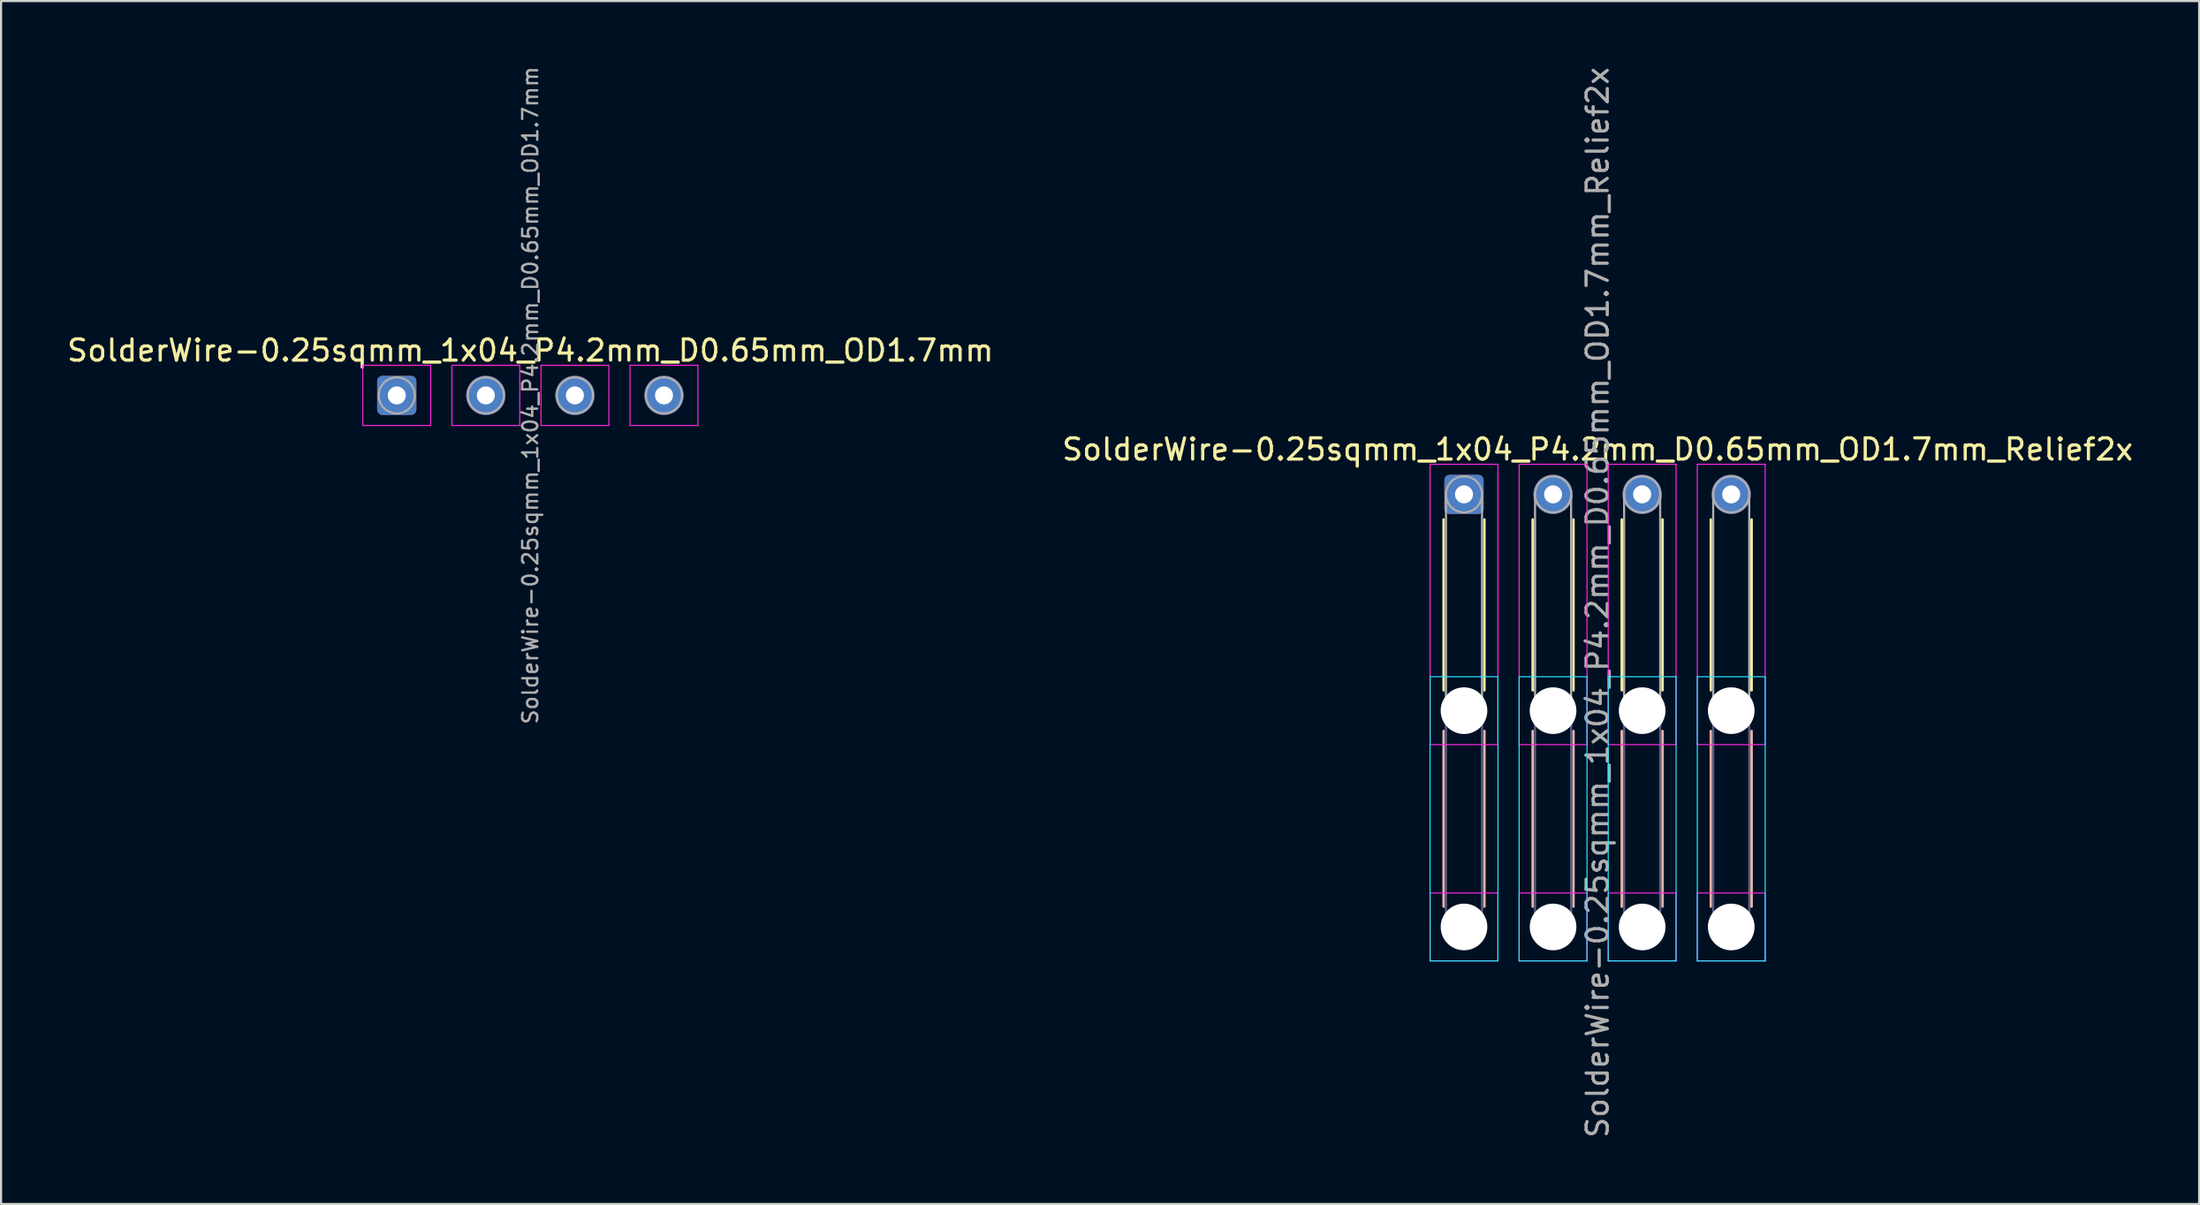
<source format=kicad_pcb>
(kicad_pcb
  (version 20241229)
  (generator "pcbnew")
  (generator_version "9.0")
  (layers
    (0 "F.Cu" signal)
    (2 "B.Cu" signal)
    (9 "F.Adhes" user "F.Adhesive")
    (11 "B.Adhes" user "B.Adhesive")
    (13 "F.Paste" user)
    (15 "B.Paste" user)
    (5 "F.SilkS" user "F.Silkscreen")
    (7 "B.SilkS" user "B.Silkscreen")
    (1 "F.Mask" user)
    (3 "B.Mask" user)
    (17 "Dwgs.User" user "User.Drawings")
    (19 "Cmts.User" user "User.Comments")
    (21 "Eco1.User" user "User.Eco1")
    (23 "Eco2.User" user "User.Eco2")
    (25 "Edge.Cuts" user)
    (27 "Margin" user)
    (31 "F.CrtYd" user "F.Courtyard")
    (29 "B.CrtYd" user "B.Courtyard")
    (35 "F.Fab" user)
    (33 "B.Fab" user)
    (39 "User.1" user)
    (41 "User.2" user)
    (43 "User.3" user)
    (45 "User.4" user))
  (footprint "SolderWire-0.25sqmm_1x04_P4.2mm_D0.65mm_OD1.7mm"
    (layer "F.Cu")
    (at 15.658 15.596)
    (property "Reference" "SolderWire-0.25sqmm_1x04_P4.2mm_D0.65mm_OD1.7mm" (at 6.3 -2.12 0) (layer "F.SilkS") (effects (font (size 1 1) (thickness 0.15))))
    (attr exclude_from_pos_files exclude_from_bom)
    (fp_line (start -1.6 -1.42) (end -1.6 1.42) (stroke (width 0.05) (type solid)) (layer "F.CrtYd"))
    (fp_line (start -1.6 1.42) (end 1.6 1.42) (stroke (width 0.05) (type solid)) (layer "F.CrtYd"))
    (fp_line (start 1.6 -1.42) (end -1.6 -1.42) (stroke (width 0.05) (type solid)) (layer "F.CrtYd"))
    (fp_line (start 1.6 1.42) (end 1.6 -1.42) (stroke (width 0.05) (type solid)) (layer "F.CrtYd"))
    (fp_line (start 2.6 -1.42) (end 2.6 1.42) (stroke (width 0.05) (type solid)) (layer "F.CrtYd"))
    (fp_line (start 2.6 1.42) (end 5.8 1.42) (stroke (width 0.05) (type solid)) (layer "F.CrtYd"))
    (fp_line (start 5.8 -1.42) (end 2.6 -1.42) (stroke (width 0.05) (type solid)) (layer "F.CrtYd"))
    (fp_line (start 5.8 1.42) (end 5.8 -1.42) (stroke (width 0.05) (type solid)) (layer "F.CrtYd"))
    (fp_line (start 6.8 -1.42) (end 6.8 1.42) (stroke (width 0.05) (type solid)) (layer "F.CrtYd"))
    (fp_line (start 6.8 1.42) (end 10 1.42) (stroke (width 0.05) (type solid)) (layer "F.CrtYd"))
    (fp_line (start 10 -1.42) (end 6.8 -1.42) (stroke (width 0.05) (type solid)) (layer "F.CrtYd"))
    (fp_line (start 10 1.42) (end 10 -1.42) (stroke (width 0.05) (type solid)) (layer "F.CrtYd"))
    (fp_line (start 11 -1.42) (end 11 1.42) (stroke (width 0.05) (type solid)) (layer "F.CrtYd"))
    (fp_line (start 11 1.42) (end 14.2 1.42) (stroke (width 0.05) (type solid)) (layer "F.CrtYd"))
    (fp_line (start 14.2 -1.42) (end 11 -1.42) (stroke (width 0.05) (type solid)) (layer "F.CrtYd"))
    (fp_line (start 14.2 1.42) (end 14.2 -1.42) (stroke (width 0.05) (type solid)) (layer "F.CrtYd"))
    (fp_circle (center 0 0) (end 0.85 0) (stroke (width 0.1) (type solid)) (fill no) (layer "F.Fab"))
    (fp_circle (center 4.2 0) (end 5.05 0) (stroke (width 0.1) (type solid)) (fill no) (layer "F.Fab"))
    (fp_circle (center 8.4 0) (end 9.25 0) (stroke (width 0.1) (type solid)) (fill no) (layer "F.Fab"))
    (fp_circle (center 12.6 0) (end 13.45 0) (stroke (width 0.1) (type solid)) (fill no) (layer "F.Fab"))
    (fp_text user "${REFERENCE}" (at 6.3 0 90) (layer "F.Fab") (effects (font (size 0.71 0.71) (thickness 0.11))))
    (pad "1" thru_hole roundrect (at 0 0) (size 1.85 1.85) (drill 0.85) (layers "*.Cu" "*.Mask") (roundrect_rratio 0.135))
    (pad "2" thru_hole circle (at 4.2 0) (size 1.85 1.85) (drill 0.85) (layers "*.Cu" "*.Mask"))
    (pad "3" thru_hole circle (at 8.4 0) (size 1.85 1.85) (drill 0.85) (layers "*.Cu" "*.Mask"))
    (pad "4" thru_hole circle (at 12.6 0) (size 1.85 1.85) (drill 0.85) (layers "*.Cu" "*.Mask")))
  (footprint "SolderWire-0.25sqmm_1x04_P4.2mm_D0.65mm_OD1.7mm_Relief2x"
    (layer "F.Cu")
    (at 65.98 20.263)
    (property "Reference" "SolderWire-0.25sqmm_1x04_P4.2mm_D0.65mm_OD1.7mm_Relief2x" (at 6.3 -2.12 0) (layer "F.SilkS") (effects (font (size 1 1) (thickness 0.15))))
    (attr exclude_from_pos_files exclude_from_bom)
    (fp_line (start -0.96 1.185) (end -0.96 9.24) (stroke (width 0.12) (type solid)) (layer "F.SilkS"))
    (fp_line (start 0.96 1.185) (end 0.96 9.24) (stroke (width 0.12) (type solid)) (layer "F.SilkS"))
    (fp_line (start 3.24 1.185) (end 3.24 9.24) (stroke (width 0.12) (type solid)) (layer "F.SilkS"))
    (fp_line (start 5.16 1.185) (end 5.16 9.24) (stroke (width 0.12) (type solid)) (layer "F.SilkS"))
    (fp_line (start 7.44 1.185) (end 7.44 9.24) (stroke (width 0.12) (type solid)) (layer "F.SilkS"))
    (fp_line (start 9.36 1.185) (end 9.36 9.24) (stroke (width 0.12) (type solid)) (layer "F.SilkS"))
    (fp_line (start 11.64 1.185) (end 11.64 9.24) (stroke (width 0.12) (type solid)) (layer "F.SilkS"))
    (fp_line (start 13.56 1.185) (end 13.56 9.24) (stroke (width 0.12) (type solid)) (layer "F.SilkS"))
    (fp_line (start -0.96 11.16) (end -0.96 19.44) (stroke (width 0.12) (type solid)) (layer "B.SilkS"))
    (fp_line (start 0.96 11.16) (end 0.96 19.44) (stroke (width 0.12) (type solid)) (layer "B.SilkS"))
    (fp_line (start 3.24 11.16) (end 3.24 19.44) (stroke (width 0.12) (type solid)) (layer "B.SilkS"))
    (fp_line (start 5.16 11.16) (end 5.16 19.44) (stroke (width 0.12) (type solid)) (layer "B.SilkS"))
    (fp_line (start 7.44 11.16) (end 7.44 19.44) (stroke (width 0.12) (type solid)) (layer "B.SilkS"))
    (fp_line (start 9.36 11.16) (end 9.36 19.44) (stroke (width 0.12) (type solid)) (layer "B.SilkS"))
    (fp_line (start 11.64 11.16) (end 11.64 19.44) (stroke (width 0.12) (type solid)) (layer "B.SilkS"))
    (fp_line (start 13.56 11.16) (end 13.56 19.44) (stroke (width 0.12) (type solid)) (layer "B.SilkS"))
    (fp_line (start -1.6 8.6) (end -1.6 22) (stroke (width 0.05) (type solid)) (layer "B.CrtYd"))
    (fp_line (start -1.6 22) (end 1.6 22) (stroke (width 0.05) (type solid)) (layer "B.CrtYd"))
    (fp_line (start 1.6 8.6) (end -1.6 8.6) (stroke (width 0.05) (type solid)) (layer "B.CrtYd"))
    (fp_line (start 1.6 22) (end 1.6 8.6) (stroke (width 0.05) (type solid)) (layer "B.CrtYd"))
    (fp_line (start 2.6 8.6) (end 2.6 22) (stroke (width 0.05) (type solid)) (layer "B.CrtYd"))
    (fp_line (start 2.6 22) (end 5.8 22) (stroke (width 0.05) (type solid)) (layer "B.CrtYd"))
    (fp_line (start 5.8 8.6) (end 2.6 8.6) (stroke (width 0.05) (type solid)) (layer "B.CrtYd"))
    (fp_line (start 5.8 22) (end 5.8 8.6) (stroke (width 0.05) (type solid)) (layer "B.CrtYd"))
    (fp_line (start 6.8 8.6) (end 6.8 22) (stroke (width 0.05) (type solid)) (layer "B.CrtYd"))
    (fp_line (start 6.8 22) (end 10 22) (stroke (width 0.05) (type solid)) (layer "B.CrtYd"))
    (fp_line (start 10 8.6) (end 6.8 8.6) (stroke (width 0.05) (type solid)) (layer "B.CrtYd"))
    (fp_line (start 10 22) (end 10 8.6) (stroke (width 0.05) (type solid)) (layer "B.CrtYd"))
    (fp_line (start 11 8.6) (end 11 22) (stroke (width 0.05) (type solid)) (layer "B.CrtYd"))
    (fp_line (start 11 22) (end 14.2 22) (stroke (width 0.05) (type solid)) (layer "B.CrtYd"))
    (fp_line (start 14.2 8.6) (end 11 8.6) (stroke (width 0.05) (type solid)) (layer "B.CrtYd"))
    (fp_line (start 14.2 22) (end 14.2 8.6) (stroke (width 0.05) (type solid)) (layer "B.CrtYd"))
    (fp_line (start -1.6 -1.42) (end -1.6 11.8) (stroke (width 0.05) (type solid)) (layer "F.CrtYd"))
    (fp_line (start -1.6 11.8) (end 1.6 11.8) (stroke (width 0.05) (type solid)) (layer "F.CrtYd"))
    (fp_line (start -1.6 18.8) (end -1.6 22) (stroke (width 0.05) (type solid)) (layer "F.CrtYd"))
    (fp_line (start -1.6 22) (end 1.6 22) (stroke (width 0.05) (type solid)) (layer "F.CrtYd"))
    (fp_line (start 1.6 -1.42) (end -1.6 -1.42) (stroke (width 0.05) (type solid)) (layer "F.CrtYd"))
    (fp_line (start 1.6 11.8) (end 1.6 -1.42) (stroke (width 0.05) (type solid)) (layer "F.CrtYd"))
    (fp_line (start 1.6 18.8) (end -1.6 18.8) (stroke (width 0.05) (type solid)) (layer "F.CrtYd"))
    (fp_line (start 1.6 22) (end 1.6 18.8) (stroke (width 0.05) (type solid)) (layer "F.CrtYd"))
    (fp_line (start 2.6 -1.42) (end 2.6 11.8) (stroke (width 0.05) (type solid)) (layer "F.CrtYd"))
    (fp_line (start 2.6 11.8) (end 5.8 11.8) (stroke (width 0.05) (type solid)) (layer "F.CrtYd"))
    (fp_line (start 2.6 18.8) (end 2.6 22) (stroke (width 0.05) (type solid)) (layer "F.CrtYd"))
    (fp_line (start 2.6 22) (end 5.8 22) (stroke (width 0.05) (type solid)) (layer "F.CrtYd"))
    (fp_line (start 5.8 -1.42) (end 2.6 -1.42) (stroke (width 0.05) (type solid)) (layer "F.CrtYd"))
    (fp_line (start 5.8 11.8) (end 5.8 -1.42) (stroke (width 0.05) (type solid)) (layer "F.CrtYd"))
    (fp_line (start 5.8 18.8) (end 2.6 18.8) (stroke (width 0.05) (type solid)) (layer "F.CrtYd"))
    (fp_line (start 5.8 22) (end 5.8 18.8) (stroke (width 0.05) (type solid)) (layer "F.CrtYd"))
    (fp_line (start 6.8 -1.42) (end 6.8 11.8) (stroke (width 0.05) (type solid)) (layer "F.CrtYd"))
    (fp_line (start 6.8 11.8) (end 10 11.8) (stroke (width 0.05) (type solid)) (layer "F.CrtYd"))
    (fp_line (start 6.8 18.8) (end 6.8 22) (stroke (width 0.05) (type solid)) (layer "F.CrtYd"))
    (fp_line (start 6.8 22) (end 10 22) (stroke (width 0.05) (type solid)) (layer "F.CrtYd"))
    (fp_line (start 10 -1.42) (end 6.8 -1.42) (stroke (width 0.05) (type solid)) (layer "F.CrtYd"))
    (fp_line (start 10 11.8) (end 10 -1.42) (stroke (width 0.05) (type solid)) (layer "F.CrtYd"))
    (fp_line (start 10 18.8) (end 6.8 18.8) (stroke (width 0.05) (type solid)) (layer "F.CrtYd"))
    (fp_line (start 10 22) (end 10 18.8) (stroke (width 0.05) (type solid)) (layer "F.CrtYd"))
    (fp_line (start 11 -1.42) (end 11 11.8) (stroke (width 0.05) (type solid)) (layer "F.CrtYd"))
    (fp_line (start 11 11.8) (end 14.2 11.8) (stroke (width 0.05) (type solid)) (layer "F.CrtYd"))
    (fp_line (start 11 18.8) (end 11 22) (stroke (width 0.05) (type solid)) (layer "F.CrtYd"))
    (fp_line (start 11 22) (end 14.2 22) (stroke (width 0.05) (type solid)) (layer "F.CrtYd"))
    (fp_line (start 14.2 -1.42) (end 11 -1.42) (stroke (width 0.05) (type solid)) (layer "F.CrtYd"))
    (fp_line (start 14.2 11.8) (end 14.2 -1.42) (stroke (width 0.05) (type solid)) (layer "F.CrtYd"))
    (fp_line (start 14.2 18.8) (end 11 18.8) (stroke (width 0.05) (type solid)) (layer "F.CrtYd"))
    (fp_line (start 14.2 22) (end 14.2 18.8) (stroke (width 0.05) (type solid)) (layer "F.CrtYd"))
    (fp_line (start -0.85 10.2) (end -0.85 20.4) (stroke (width 0.1) (type solid)) (layer "B.Fab"))
    (fp_line (start 0.85 10.2) (end 0.85 20.4) (stroke (width 0.1) (type solid)) (layer "B.Fab"))
    (fp_line (start 3.35 10.2) (end 3.35 20.4) (stroke (width 0.1) (type solid)) (layer "B.Fab"))
    (fp_line (start 5.05 10.2) (end 5.05 20.4) (stroke (width 0.1) (type solid)) (layer "B.Fab"))
    (fp_line (start 7.55 10.2) (end 7.55 20.4) (stroke (width 0.1) (type solid)) (layer "B.Fab"))
    (fp_line (start 9.25 10.2) (end 9.25 20.4) (stroke (width 0.1) (type solid)) (layer "B.Fab"))
    (fp_line (start 11.75 10.2) (end 11.75 20.4) (stroke (width 0.1) (type solid)) (layer "B.Fab"))
    (fp_line (start 13.45 10.2) (end 13.45 20.4) (stroke (width 0.1) (type solid)) (layer "B.Fab"))
    (fp_circle (center 0 10.2) (end 0.85 10.2) (stroke (width 0.1) (type solid)) (fill no) (layer "B.Fab"))
    (fp_circle (center 0 20.4) (end 0.85 20.4) (stroke (width 0.1) (type solid)) (fill no) (layer "B.Fab"))
    (fp_circle (center 4.2 10.2) (end 5.05 10.2) (stroke (width 0.1) (type solid)) (fill no) (layer "B.Fab"))
    (fp_circle (center 4.2 20.4) (end 5.05 20.4) (stroke (width 0.1) (type solid)) (fill no) (layer "B.Fab"))
    (fp_circle (center 8.4 10.2) (end 9.25 10.2) (stroke (width 0.1) (type solid)) (fill no) (layer "B.Fab"))
    (fp_circle (center 8.4 20.4) (end 9.25 20.4) (stroke (width 0.1) (type solid)) (fill no) (layer "B.Fab"))
    (fp_circle (center 12.6 10.2) (end 13.45 10.2) (stroke (width 0.1) (type solid)) (fill no) (layer "B.Fab"))
    (fp_circle (center 12.6 20.4) (end 13.45 20.4) (stroke (width 0.1) (type solid)) (fill no) (layer "B.Fab"))
    (fp_line (start -0.85 0) (end -0.85 10.2) (stroke (width 0.1) (type solid)) (layer "F.Fab"))
    (fp_line (start 0.85 0) (end 0.85 10.2) (stroke (width 0.1) (type solid)) (layer "F.Fab"))
    (fp_line (start 3.35 0) (end 3.35 10.2) (stroke (width 0.1) (type solid)) (layer "F.Fab"))
    (fp_line (start 5.05 0) (end 5.05 10.2) (stroke (width 0.1) (type solid)) (layer "F.Fab"))
    (fp_line (start 7.55 0) (end 7.55 10.2) (stroke (width 0.1) (type solid)) (layer "F.Fab"))
    (fp_line (start 9.25 0) (end 9.25 10.2) (stroke (width 0.1) (type solid)) (layer "F.Fab"))
    (fp_line (start 11.75 0) (end 11.75 10.2) (stroke (width 0.1) (type solid)) (layer "F.Fab"))
    (fp_line (start 13.45 0) (end 13.45 10.2) (stroke (width 0.1) (type solid)) (layer "F.Fab"))
    (fp_circle (center 0 0) (end 0.85 0) (stroke (width 0.1) (type solid)) (fill no) (layer "F.Fab"))
    (fp_circle (center 0 10.2) (end 0.85 10.2) (stroke (width 0.1) (type solid)) (fill no) (layer "F.Fab"))
    (fp_circle (center 0 20.4) (end 0.85 20.4) (stroke (width 0.1) (type solid)) (fill no) (layer "F.Fab"))
    (fp_circle (center 4.2 0) (end 5.05 0) (stroke (width 0.1) (type solid)) (fill no) (layer "F.Fab"))
    (fp_circle (center 4.2 10.2) (end 5.05 10.2) (stroke (width 0.1) (type solid)) (fill no) (layer "F.Fab"))
    (fp_circle (center 4.2 20.4) (end 5.05 20.4) (stroke (width 0.1) (type solid)) (fill no) (layer "F.Fab"))
    (fp_circle (center 8.4 0) (end 9.25 0) (stroke (width 0.1) (type solid)) (fill no) (layer "F.Fab"))
    (fp_circle (center 8.4 10.2) (end 9.25 10.2) (stroke (width 0.1) (type solid)) (fill no) (layer "F.Fab"))
    (fp_circle (center 8.4 20.4) (end 9.25 20.4) (stroke (width 0.1) (type solid)) (fill no) (layer "F.Fab"))
    (fp_circle (center 12.6 0) (end 13.45 0) (stroke (width 0.1) (type solid)) (fill no) (layer "F.Fab"))
    (fp_circle (center 12.6 10.2) (end 13.45 10.2) (stroke (width 0.1) (type solid)) (fill no) (layer "F.Fab"))
    (fp_circle (center 12.6 20.4) (end 13.45 20.4) (stroke (width 0.1) (type solid)) (fill no) (layer "F.Fab"))
    (fp_text user "${REFERENCE}" (at 6.3 5.1 90) (layer "F.Fab") (effects (font (size 1 1) (thickness 0.15))))
    (pad "" np_thru_hole circle (at 0 10.2) (size 2.2 2.2) (drill 2.2) (layers "*.Cu" "*.Mask"))
    (pad "" np_thru_hole circle (at 0 20.4) (size 2.2 2.2) (drill 2.2) (layers "*.Cu" "*.Mask"))
    (pad "" np_thru_hole circle (at 4.2 10.2) (size 2.2 2.2) (drill 2.2) (layers "*.Cu" "*.Mask"))
    (pad "" np_thru_hole circle (at 4.2 20.4) (size 2.2 2.2) (drill 2.2) (layers "*.Cu" "*.Mask"))
    (pad "" np_thru_hole circle (at 8.4 10.2) (size 2.2 2.2) (drill 2.2) (layers "*.Cu" "*.Mask"))
    (pad "" np_thru_hole circle (at 8.4 20.4) (size 2.2 2.2) (drill 2.2) (layers "*.Cu" "*.Mask"))
    (pad "" np_thru_hole circle (at 12.6 10.2) (size 2.2 2.2) (drill 2.2) (layers "*.Cu" "*.Mask"))
    (pad "" np_thru_hole circle (at 12.6 20.4) (size 2.2 2.2) (drill 2.2) (layers "*.Cu" "*.Mask"))
    (pad "1" thru_hole roundrect (at 0 0) (size 1.85 1.85) (drill 0.85) (layers "*.Cu" "*.Mask") (roundrect_rratio 0.135))
    (pad "2" thru_hole circle (at 4.2 0) (size 1.85 1.85) (drill 0.85) (layers "*.Cu" "*.Mask"))
    (pad "3" thru_hole circle (at 8.4 0) (size 1.85 1.85) (drill 0.85) (layers "*.Cu" "*.Mask"))
    (pad "4" thru_hole circle (at 12.6 0) (size 1.85 1.85) (drill 0.85) (layers "*.Cu" "*.Mask")))
  (gr_rect
    (start -3 -3)
    (end 100.643 53.726)
    (stroke (width 0.1) (type default))
    (fill no)
    (layer "Edge.Cuts")))
</source>
